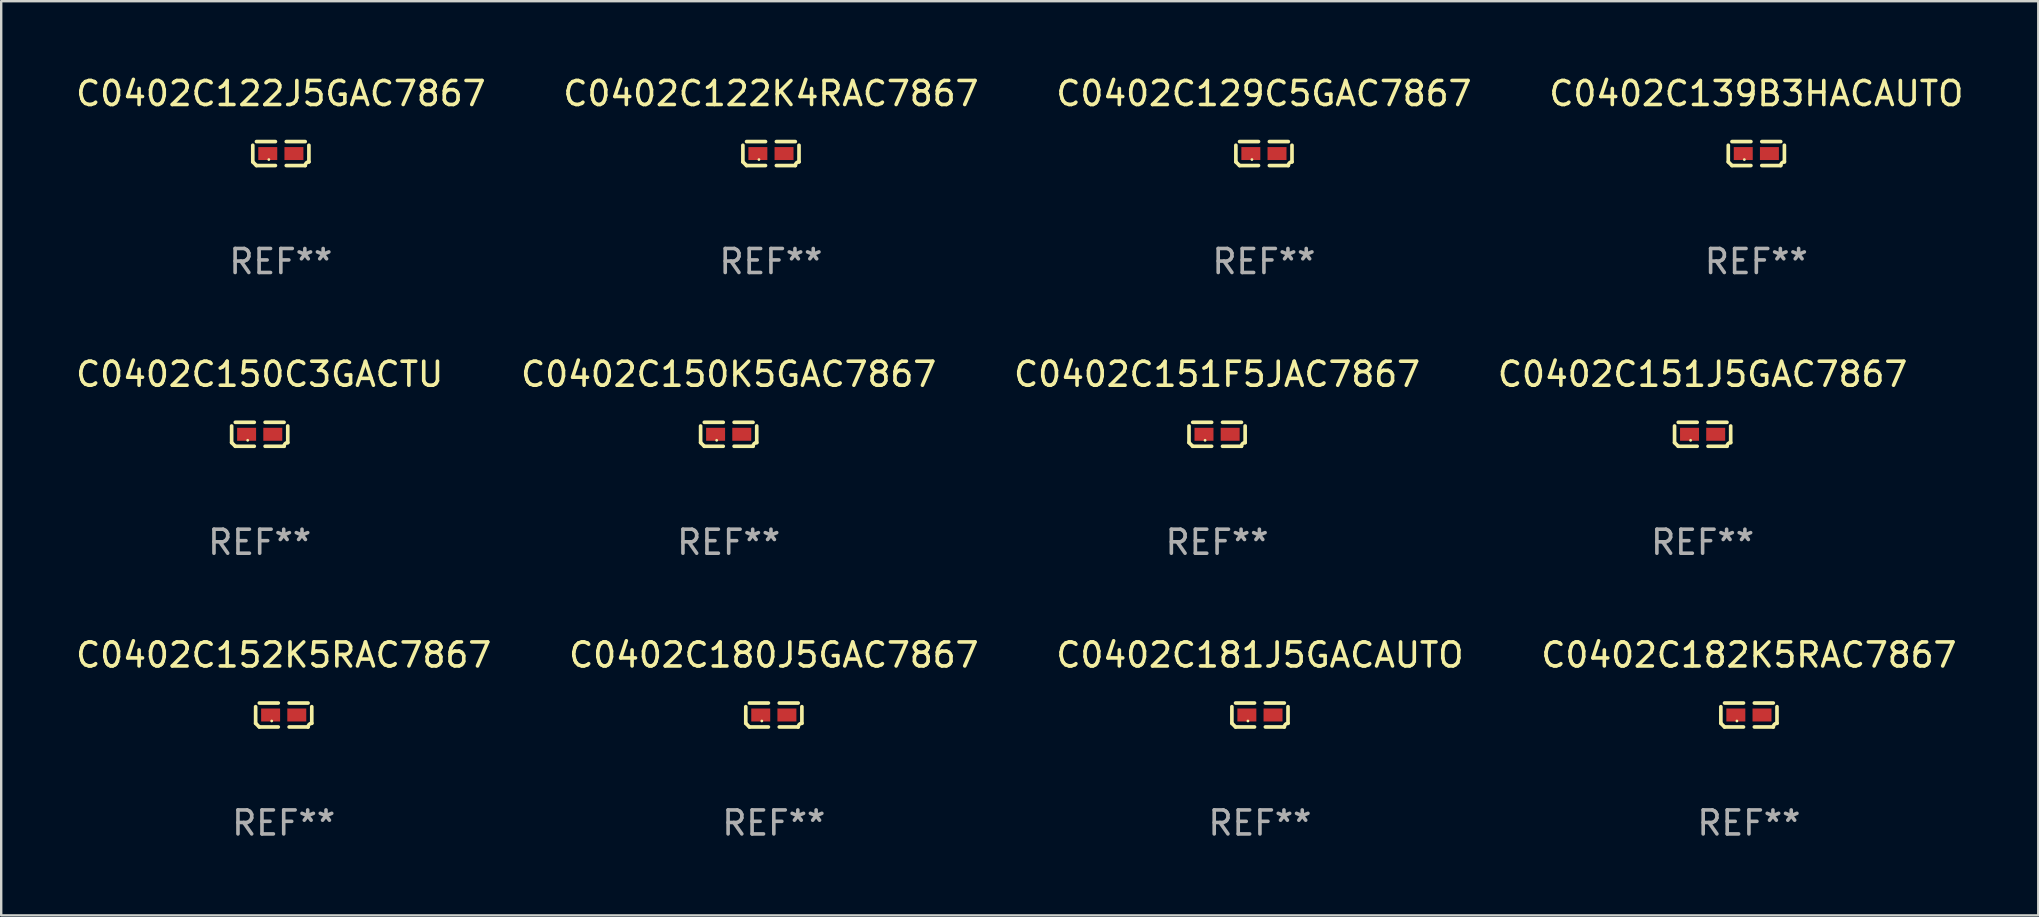
<source format=kicad_pcb>
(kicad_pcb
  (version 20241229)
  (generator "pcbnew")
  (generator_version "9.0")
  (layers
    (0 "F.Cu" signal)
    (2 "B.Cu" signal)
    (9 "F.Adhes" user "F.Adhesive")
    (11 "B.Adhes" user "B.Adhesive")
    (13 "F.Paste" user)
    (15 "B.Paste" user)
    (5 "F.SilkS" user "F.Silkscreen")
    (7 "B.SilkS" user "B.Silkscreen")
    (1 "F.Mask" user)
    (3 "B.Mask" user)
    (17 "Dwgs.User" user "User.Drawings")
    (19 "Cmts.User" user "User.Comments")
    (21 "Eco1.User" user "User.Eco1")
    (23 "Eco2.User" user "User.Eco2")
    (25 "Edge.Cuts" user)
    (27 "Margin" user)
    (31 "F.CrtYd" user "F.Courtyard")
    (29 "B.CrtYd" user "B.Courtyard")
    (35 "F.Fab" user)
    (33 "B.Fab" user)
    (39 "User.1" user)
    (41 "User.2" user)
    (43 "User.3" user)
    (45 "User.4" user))
  (footprint "C0402C182K5RAC7867"
    (layer "F.Cu")
    (at 69.804 26.734)
    (property "Reference" "C0402C182K5RAC7867" (at 0 -2.499 0) (layer "F.SilkS") (effects (font (size 1 1) (thickness 0.15))))
    (attr through_hole)
    (fp_line (start -1.169 0.346) (end -1.169 -0.346) (stroke (width 0.152) (type solid)) (layer "F.SilkS"))
    (fp_line (start -1.016 -0.499) (end -0.226 -0.499) (stroke (width 0.152) (type solid)) (layer "F.SilkS"))
    (fp_line (start -0.226 0.499) (end -1.016 0.499) (stroke (width 0.152) (type solid)) (layer "F.SilkS"))
    (fp_line (start 0.226 0.499) (end 1.016 0.499) (stroke (width 0.152) (type solid)) (layer "F.SilkS"))
    (fp_line (start 1.016 -0.499) (end 0.226 -0.499) (stroke (width 0.152) (type solid)) (layer "F.SilkS"))
    (fp_line (start 1.169 0.346) (end 1.169 -0.346) (stroke (width 0.152) (type solid)) (layer "F.SilkS"))
    (fp_arc (start -1.016307 0.498603) (mid -1.092512 0.422405) (end -1.16871 0.3462) (stroke (width 0.1524) (type solid)) (layer "F.SilkS"))
    (fp_arc (start 1.016307 0.498603) (mid 1.060899 0.390758) (end 1.168707 0.346076) (stroke (width 0.1524) (type solid)) (layer "F.SilkS"))
    (fp_circle (center -0.5 0.25) (end -0.47 0.25) (stroke (width 0.06) (type solid)) (fill no) (layer "F.SilkS"))
    (fp_text user "REF**" (at 0 4.499 0) (layer "F.Fab") (effects (font (size 1 1) (thickness 0.15))))
    (pad "1" smd rect (at -0.545 0) (size 0.79 0.54) (layers "F.Cu" "F.Mask" "F.Paste"))
    (pad "2" smd rect (at 0.545 0) (size 0.79 0.54) (layers "F.Cu" "F.Mask" "F.Paste")))
  (footprint "C0402C181J5GACAUTO"
    (layer "F.Cu")
    (at 49.435 26.734)
    (property "Reference" "C0402C181J5GACAUTO" (at 0 -2.499 0) (layer "F.SilkS") (effects (font (size 1 1) (thickness 0.15))))
    (attr through_hole)
    (fp_line (start -1.169 0.346) (end -1.169 -0.346) (stroke (width 0.152) (type solid)) (layer "F.SilkS"))
    (fp_line (start -1.016 -0.499) (end -0.226 -0.499) (stroke (width 0.152) (type solid)) (layer "F.SilkS"))
    (fp_line (start -0.226 0.499) (end -1.016 0.499) (stroke (width 0.152) (type solid)) (layer "F.SilkS"))
    (fp_line (start 0.226 0.499) (end 1.016 0.499) (stroke (width 0.152) (type solid)) (layer "F.SilkS"))
    (fp_line (start 1.016 -0.499) (end 0.226 -0.499) (stroke (width 0.152) (type solid)) (layer "F.SilkS"))
    (fp_line (start 1.169 0.346) (end 1.169 -0.346) (stroke (width 0.152) (type solid)) (layer "F.SilkS"))
    (fp_arc (start -1.016307 0.498603) (mid -1.092512 0.422405) (end -1.16871 0.3462) (stroke (width 0.1524) (type solid)) (layer "F.SilkS"))
    (fp_arc (start 1.016307 0.498603) (mid 1.060899 0.390758) (end 1.168707 0.346076) (stroke (width 0.1524) (type solid)) (layer "F.SilkS"))
    (fp_circle (center -0.5 0.25) (end -0.47 0.25) (stroke (width 0.06) (type solid)) (fill no) (layer "F.SilkS"))
    (fp_text user "REF**" (at 0 4.499 0) (layer "F.Fab") (effects (font (size 1 1) (thickness 0.15))))
    (pad "1" smd rect (at -0.545 0) (size 0.79 0.54) (layers "F.Cu" "F.Mask" "F.Paste"))
    (pad "2" smd rect (at 0.545 0) (size 0.79 0.54) (layers "F.Cu" "F.Mask" "F.Paste")))
  (footprint "C0402C151J5GAC7867"
    (layer "F.Cu")
    (at 67.875 15.041)
    (property "Reference" "C0402C151J5GAC7867" (at 0 -2.499 0) (layer "F.SilkS") (effects (font (size 1 1) (thickness 0.15))))
    (attr through_hole)
    (fp_line (start -1.169 0.346) (end -1.169 -0.346) (stroke (width 0.152) (type solid)) (layer "F.SilkS"))
    (fp_line (start -1.016 -0.499) (end -0.226 -0.499) (stroke (width 0.152) (type solid)) (layer "F.SilkS"))
    (fp_line (start -0.226 0.499) (end -1.016 0.499) (stroke (width 0.152) (type solid)) (layer "F.SilkS"))
    (fp_line (start 0.226 0.499) (end 1.016 0.499) (stroke (width 0.152) (type solid)) (layer "F.SilkS"))
    (fp_line (start 1.016 -0.499) (end 0.226 -0.499) (stroke (width 0.152) (type solid)) (layer "F.SilkS"))
    (fp_line (start 1.169 0.346) (end 1.169 -0.346) (stroke (width 0.152) (type solid)) (layer "F.SilkS"))
    (fp_arc (start -1.016307 0.498603) (mid -1.092512 0.422405) (end -1.16871 0.3462) (stroke (width 0.1524) (type solid)) (layer "F.SilkS"))
    (fp_arc (start 1.016307 0.498603) (mid 1.060899 0.390758) (end 1.168707 0.346076) (stroke (width 0.1524) (type solid)) (layer "F.SilkS"))
    (fp_circle (center -0.5 0.25) (end -0.47 0.25) (stroke (width 0.06) (type solid)) (fill no) (layer "F.SilkS"))
    (fp_text user "REF**" (at 0 4.499 0) (layer "F.Fab") (effects (font (size 1 1) (thickness 0.15))))
    (pad "1" smd rect (at -0.545 0) (size 0.79 0.54) (layers "F.Cu" "F.Mask" "F.Paste"))
    (pad "2" smd rect (at 0.545 0) (size 0.79 0.54) (layers "F.Cu" "F.Mask" "F.Paste")))
  (footprint "C0402C150K5GAC7867"
    (layer "F.Cu")
    (at 27.304 15.041)
    (property "Reference" "C0402C150K5GAC7867" (at 0 -2.499 0) (layer "F.SilkS") (effects (font (size 1 1) (thickness 0.15))))
    (attr through_hole)
    (fp_line (start -1.169 0.346) (end -1.169 -0.346) (stroke (width 0.152) (type solid)) (layer "F.SilkS"))
    (fp_line (start -1.016 -0.499) (end -0.226 -0.499) (stroke (width 0.152) (type solid)) (layer "F.SilkS"))
    (fp_line (start -0.226 0.499) (end -1.016 0.499) (stroke (width 0.152) (type solid)) (layer "F.SilkS"))
    (fp_line (start 0.226 0.499) (end 1.016 0.499) (stroke (width 0.152) (type solid)) (layer "F.SilkS"))
    (fp_line (start 1.016 -0.499) (end 0.226 -0.499) (stroke (width 0.152) (type solid)) (layer "F.SilkS"))
    (fp_line (start 1.169 0.346) (end 1.169 -0.346) (stroke (width 0.152) (type solid)) (layer "F.SilkS"))
    (fp_arc (start -1.016307 0.498603) (mid -1.092512 0.422405) (end -1.16871 0.3462) (stroke (width 0.1524) (type solid)) (layer "F.SilkS"))
    (fp_arc (start 1.016307 0.498603) (mid 1.060899 0.390758) (end 1.168707 0.346076) (stroke (width 0.1524) (type solid)) (layer "F.SilkS"))
    (fp_circle (center -0.5 0.25) (end -0.47 0.25) (stroke (width 0.06) (type solid)) (fill no) (layer "F.SilkS"))
    (fp_text user "REF**" (at 0 4.499 0) (layer "F.Fab") (effects (font (size 1 1) (thickness 0.15))))
    (pad "1" smd rect (at -0.545 0) (size 0.79 0.54) (layers "F.Cu" "F.Mask" "F.Paste"))
    (pad "2" smd rect (at 0.545 0) (size 0.79 0.54) (layers "F.Cu" "F.Mask" "F.Paste")))
  (footprint "C0402C150C3GACTU"
    (layer "F.Cu")
    (at 7.768 15.041)
    (property "Reference" "C0402C150C3GACTU" (at 0 -2.499 0) (layer "F.SilkS") (effects (font (size 1 1) (thickness 0.15))))
    (attr through_hole)
    (fp_line (start -1.169 0.346) (end -1.169 -0.346) (stroke (width 0.152) (type solid)) (layer "F.SilkS"))
    (fp_line (start -1.016 -0.499) (end -0.226 -0.499) (stroke (width 0.152) (type solid)) (layer "F.SilkS"))
    (fp_line (start -0.226 0.499) (end -1.016 0.499) (stroke (width 0.152) (type solid)) (layer "F.SilkS"))
    (fp_line (start 0.226 0.499) (end 1.016 0.499) (stroke (width 0.152) (type solid)) (layer "F.SilkS"))
    (fp_line (start 1.016 -0.499) (end 0.226 -0.499) (stroke (width 0.152) (type solid)) (layer "F.SilkS"))
    (fp_line (start 1.169 0.346) (end 1.169 -0.346) (stroke (width 0.152) (type solid)) (layer "F.SilkS"))
    (fp_arc (start -1.016307 0.498603) (mid -1.092512 0.422405) (end -1.16871 0.3462) (stroke (width 0.1524) (type solid)) (layer "F.SilkS"))
    (fp_arc (start 1.016307 0.498603) (mid 1.060899 0.390758) (end 1.168707 0.346076) (stroke (width 0.1524) (type solid)) (layer "F.SilkS"))
    (fp_circle (center -0.5 0.25) (end -0.47 0.25) (stroke (width 0.06) (type solid)) (fill no) (layer "F.SilkS"))
    (fp_text user "REF**" (at 0 4.499 0) (layer "F.Fab") (effects (font (size 1 1) (thickness 0.15))))
    (pad "1" smd rect (at -0.545 0) (size 0.79 0.54) (layers "F.Cu" "F.Mask" "F.Paste"))
    (pad "2" smd rect (at 0.545 0) (size 0.79 0.54) (layers "F.Cu" "F.Mask" "F.Paste")))
  (footprint "C0402C180J5GAC7867"
    (layer "F.Cu")
    (at 29.185 26.734)
    (property "Reference" "C0402C180J5GAC7867" (at 0 -2.499 0) (layer "F.SilkS") (effects (font (size 1 1) (thickness 0.15))))
    (attr through_hole)
    (fp_line (start -1.169 0.346) (end -1.169 -0.346) (stroke (width 0.152) (type solid)) (layer "F.SilkS"))
    (fp_line (start -1.016 -0.499) (end -0.226 -0.499) (stroke (width 0.152) (type solid)) (layer "F.SilkS"))
    (fp_line (start -0.226 0.499) (end -1.016 0.499) (stroke (width 0.152) (type solid)) (layer "F.SilkS"))
    (fp_line (start 0.226 0.499) (end 1.016 0.499) (stroke (width 0.152) (type solid)) (layer "F.SilkS"))
    (fp_line (start 1.016 -0.499) (end 0.226 -0.499) (stroke (width 0.152) (type solid)) (layer "F.SilkS"))
    (fp_line (start 1.169 0.346) (end 1.169 -0.346) (stroke (width 0.152) (type solid)) (layer "F.SilkS"))
    (fp_arc (start -1.016307 0.498603) (mid -1.092512 0.422405) (end -1.16871 0.3462) (stroke (width 0.1524) (type solid)) (layer "F.SilkS"))
    (fp_arc (start 1.016307 0.498603) (mid 1.060899 0.390758) (end 1.168707 0.346076) (stroke (width 0.1524) (type solid)) (layer "F.SilkS"))
    (fp_circle (center -0.5 0.25) (end -0.47 0.25) (stroke (width 0.06) (type solid)) (fill no) (layer "F.SilkS"))
    (fp_text user "REF**" (at 0 4.499 0) (layer "F.Fab") (effects (font (size 1 1) (thickness 0.15))))
    (pad "1" smd rect (at -0.545 0) (size 0.79 0.54) (layers "F.Cu" "F.Mask" "F.Paste"))
    (pad "2" smd rect (at 0.545 0) (size 0.79 0.54) (layers "F.Cu" "F.Mask" "F.Paste")))
  (footprint "C0402C122J5GAC7867"
    (layer "F.Cu")
    (at 8.649 3.347)
    (property "Reference" "C0402C122J5GAC7867" (at 0 -2.499 0) (layer "F.SilkS") (effects (font (size 1 1) (thickness 0.15))))
    (attr through_hole)
    (fp_line (start -1.169 0.346) (end -1.169 -0.346) (stroke (width 0.152) (type solid)) (layer "F.SilkS"))
    (fp_line (start -1.016 -0.499) (end -0.226 -0.499) (stroke (width 0.152) (type solid)) (layer "F.SilkS"))
    (fp_line (start -0.226 0.499) (end -1.016 0.499) (stroke (width 0.152) (type solid)) (layer "F.SilkS"))
    (fp_line (start 0.226 0.499) (end 1.016 0.499) (stroke (width 0.152) (type solid)) (layer "F.SilkS"))
    (fp_line (start 1.016 -0.499) (end 0.226 -0.499) (stroke (width 0.152) (type solid)) (layer "F.SilkS"))
    (fp_line (start 1.169 0.346) (end 1.169 -0.346) (stroke (width 0.152) (type solid)) (layer "F.SilkS"))
    (fp_arc (start -1.016307 0.498603) (mid -1.092512 0.422405) (end -1.16871 0.3462) (stroke (width 0.1524) (type solid)) (layer "F.SilkS"))
    (fp_arc (start 1.016307 0.498603) (mid 1.060899 0.390758) (end 1.168707 0.346076) (stroke (width 0.1524) (type solid)) (layer "F.SilkS"))
    (fp_circle (center -0.5 0.25) (end -0.47 0.25) (stroke (width 0.06) (type solid)) (fill no) (layer "F.SilkS"))
    (fp_text user "REF**" (at 0 4.499 0) (layer "F.Fab") (effects (font (size 1 1) (thickness 0.15))))
    (pad "1" smd rect (at -0.545 0) (size 0.79 0.54) (layers "F.Cu" "F.Mask" "F.Paste"))
    (pad "2" smd rect (at 0.545 0) (size 0.79 0.54) (layers "F.Cu" "F.Mask" "F.Paste")))
  (footprint "C0402C151F5JAC7867"
    (layer "F.Cu")
    (at 47.649 15.041)
    (property "Reference" "C0402C151F5JAC7867" (at 0 -2.499 0) (layer "F.SilkS") (effects (font (size 1 1) (thickness 0.15))))
    (attr through_hole)
    (fp_line (start -1.169 0.346) (end -1.169 -0.346) (stroke (width 0.152) (type solid)) (layer "F.SilkS"))
    (fp_line (start -1.016 -0.499) (end -0.226 -0.499) (stroke (width 0.152) (type solid)) (layer "F.SilkS"))
    (fp_line (start -0.226 0.499) (end -1.016 0.499) (stroke (width 0.152) (type solid)) (layer "F.SilkS"))
    (fp_line (start 0.226 0.499) (end 1.016 0.499) (stroke (width 0.152) (type solid)) (layer "F.SilkS"))
    (fp_line (start 1.016 -0.499) (end 0.226 -0.499) (stroke (width 0.152) (type solid)) (layer "F.SilkS"))
    (fp_line (start 1.169 0.346) (end 1.169 -0.346) (stroke (width 0.152) (type solid)) (layer "F.SilkS"))
    (fp_arc (start -1.016307 0.498603) (mid -1.092512 0.422405) (end -1.16871 0.3462) (stroke (width 0.1524) (type solid)) (layer "F.SilkS"))
    (fp_arc (start 1.016307 0.498603) (mid 1.060899 0.390758) (end 1.168707 0.346076) (stroke (width 0.1524) (type solid)) (layer "F.SilkS"))
    (fp_circle (center -0.5 0.25) (end -0.47 0.25) (stroke (width 0.06) (type solid)) (fill no) (layer "F.SilkS"))
    (fp_text user "REF**" (at 0 4.499 0) (layer "F.Fab") (effects (font (size 1 1) (thickness 0.15))))
    (pad "1" smd rect (at -0.545 0) (size 0.79 0.54) (layers "F.Cu" "F.Mask" "F.Paste"))
    (pad "2" smd rect (at 0.545 0) (size 0.79 0.54) (layers "F.Cu" "F.Mask" "F.Paste")))
  (footprint "C0402C139B3HACAUTO"
    (layer "F.Cu")
    (at 70.113 3.347)
    (property "Reference" "C0402C139B3HACAUTO" (at 0 -2.499 0) (layer "F.SilkS") (effects (font (size 1 1) (thickness 0.15))))
    (attr through_hole)
    (fp_line (start -1.169 0.346) (end -1.169 -0.346) (stroke (width 0.152) (type solid)) (layer "F.SilkS"))
    (fp_line (start -1.016 -0.499) (end -0.226 -0.499) (stroke (width 0.152) (type solid)) (layer "F.SilkS"))
    (fp_line (start -0.226 0.499) (end -1.016 0.499) (stroke (width 0.152) (type solid)) (layer "F.SilkS"))
    (fp_line (start 0.226 0.499) (end 1.016 0.499) (stroke (width 0.152) (type solid)) (layer "F.SilkS"))
    (fp_line (start 1.016 -0.499) (end 0.226 -0.499) (stroke (width 0.152) (type solid)) (layer "F.SilkS"))
    (fp_line (start 1.169 0.346) (end 1.169 -0.346) (stroke (width 0.152) (type solid)) (layer "F.SilkS"))
    (fp_arc (start -1.016307 0.498603) (mid -1.092512 0.422405) (end -1.16871 0.3462) (stroke (width 0.1524) (type solid)) (layer "F.SilkS"))
    (fp_arc (start 1.016307 0.498603) (mid 1.060899 0.390758) (end 1.168707 0.346076) (stroke (width 0.1524) (type solid)) (layer "F.SilkS"))
    (fp_circle (center -0.5 0.25) (end -0.47 0.25) (stroke (width 0.06) (type solid)) (fill no) (layer "F.SilkS"))
    (fp_text user "REF**" (at 0 4.499 0) (layer "F.Fab") (effects (font (size 1 1) (thickness 0.15))))
    (pad "1" smd rect (at -0.545 0) (size 0.79 0.54) (layers "F.Cu" "F.Mask" "F.Paste"))
    (pad "2" smd rect (at 0.545 0) (size 0.79 0.54) (layers "F.Cu" "F.Mask" "F.Paste")))
  (footprint "C0402C129C5GAC7867"
    (layer "F.Cu")
    (at 49.601 3.347)
    (property "Reference" "C0402C129C5GAC7867" (at 0 -2.499 0) (layer "F.SilkS") (effects (font (size 1 1) (thickness 0.15))))
    (attr through_hole)
    (fp_line (start -1.169 0.346) (end -1.169 -0.346) (stroke (width 0.152) (type solid)) (layer "F.SilkS"))
    (fp_line (start -1.016 -0.499) (end -0.226 -0.499) (stroke (width 0.152) (type solid)) (layer "F.SilkS"))
    (fp_line (start -0.226 0.499) (end -1.016 0.499) (stroke (width 0.152) (type solid)) (layer "F.SilkS"))
    (fp_line (start 0.226 0.499) (end 1.016 0.499) (stroke (width 0.152) (type solid)) (layer "F.SilkS"))
    (fp_line (start 1.016 -0.499) (end 0.226 -0.499) (stroke (width 0.152) (type solid)) (layer "F.SilkS"))
    (fp_line (start 1.169 0.346) (end 1.169 -0.346) (stroke (width 0.152) (type solid)) (layer "F.SilkS"))
    (fp_arc (start -1.016307 0.498603) (mid -1.092512 0.422405) (end -1.16871 0.3462) (stroke (width 0.1524) (type solid)) (layer "F.SilkS"))
    (fp_arc (start 1.016307 0.498603) (mid 1.060899 0.390758) (end 1.168707 0.346076) (stroke (width 0.1524) (type solid)) (layer "F.SilkS"))
    (fp_circle (center -0.5 0.25) (end -0.47 0.25) (stroke (width 0.06) (type solid)) (fill no) (layer "F.SilkS"))
    (fp_text user "REF**" (at 0 4.499 0) (layer "F.Fab") (effects (font (size 1 1) (thickness 0.15))))
    (pad "1" smd rect (at -0.545 0) (size 0.79 0.54) (layers "F.Cu" "F.Mask" "F.Paste"))
    (pad "2" smd rect (at 0.545 0) (size 0.79 0.54) (layers "F.Cu" "F.Mask" "F.Paste")))
  (footprint "C0402C122K4RAC7867"
    (layer "F.Cu")
    (at 29.065 3.347)
    (property "Reference" "C0402C122K4RAC7867" (at 0 -2.499 0) (layer "F.SilkS") (effects (font (size 1 1) (thickness 0.15))))
    (attr through_hole)
    (fp_line (start -1.169 0.346) (end -1.169 -0.346) (stroke (width 0.152) (type solid)) (layer "F.SilkS"))
    (fp_line (start -1.016 -0.499) (end -0.226 -0.499) (stroke (width 0.152) (type solid)) (layer "F.SilkS"))
    (fp_line (start -0.226 0.499) (end -1.016 0.499) (stroke (width 0.152) (type solid)) (layer "F.SilkS"))
    (fp_line (start 0.226 0.499) (end 1.016 0.499) (stroke (width 0.152) (type solid)) (layer "F.SilkS"))
    (fp_line (start 1.016 -0.499) (end 0.226 -0.499) (stroke (width 0.152) (type solid)) (layer "F.SilkS"))
    (fp_line (start 1.169 0.346) (end 1.169 -0.346) (stroke (width 0.152) (type solid)) (layer "F.SilkS"))
    (fp_arc (start -1.016307 0.498603) (mid -1.092512 0.422405) (end -1.16871 0.3462) (stroke (width 0.1524) (type solid)) (layer "F.SilkS"))
    (fp_arc (start 1.016307 0.498603) (mid 1.060899 0.390758) (end 1.168707 0.346076) (stroke (width 0.1524) (type solid)) (layer "F.SilkS"))
    (fp_circle (center -0.5 0.25) (end -0.47 0.25) (stroke (width 0.06) (type solid)) (fill no) (layer "F.SilkS"))
    (fp_text user "REF**" (at 0 4.499 0) (layer "F.Fab") (effects (font (size 1 1) (thickness 0.15))))
    (pad "1" smd rect (at -0.545 0) (size 0.79 0.54) (layers "F.Cu" "F.Mask" "F.Paste"))
    (pad "2" smd rect (at 0.545 0) (size 0.79 0.54) (layers "F.Cu" "F.Mask" "F.Paste")))
  (footprint "C0402C152K5RAC7867"
    (layer "F.Cu")
    (at 8.768 26.734)
    (property "Reference" "C0402C152K5RAC7867" (at 0 -2.499 0) (layer "F.SilkS") (effects (font (size 1 1) (thickness 0.15))))
    (attr through_hole)
    (fp_line (start -1.169 0.346) (end -1.169 -0.346) (stroke (width 0.152) (type solid)) (layer "F.SilkS"))
    (fp_line (start -1.016 -0.499) (end -0.226 -0.499) (stroke (width 0.152) (type solid)) (layer "F.SilkS"))
    (fp_line (start -0.226 0.499) (end -1.016 0.499) (stroke (width 0.152) (type solid)) (layer "F.SilkS"))
    (fp_line (start 0.226 0.499) (end 1.016 0.499) (stroke (width 0.152) (type solid)) (layer "F.SilkS"))
    (fp_line (start 1.016 -0.499) (end 0.226 -0.499) (stroke (width 0.152) (type solid)) (layer "F.SilkS"))
    (fp_line (start 1.169 0.346) (end 1.169 -0.346) (stroke (width 0.152) (type solid)) (layer "F.SilkS"))
    (fp_arc (start -1.016307 0.498603) (mid -1.092512 0.422405) (end -1.16871 0.3462) (stroke (width 0.1524) (type solid)) (layer "F.SilkS"))
    (fp_arc (start 1.016307 0.498603) (mid 1.060899 0.390758) (end 1.168707 0.346076) (stroke (width 0.1524) (type solid)) (layer "F.SilkS"))
    (fp_circle (center -0.5 0.25) (end -0.47 0.25) (stroke (width 0.06) (type solid)) (fill no) (layer "F.SilkS"))
    (fp_text user "REF**" (at 0 4.499 0) (layer "F.Fab") (effects (font (size 1 1) (thickness 0.15))))
    (pad "1" smd rect (at -0.545 0) (size 0.79 0.54) (layers "F.Cu" "F.Mask" "F.Paste"))
    (pad "2" smd rect (at 0.545 0) (size 0.79 0.54) (layers "F.Cu" "F.Mask" "F.Paste")))
  (gr_rect
    (start -3 -3)
    (end 81.857 35.081)
    (stroke (width 0.1) (type default))
    (fill no)
    (layer "Edge.Cuts")))
</source>
